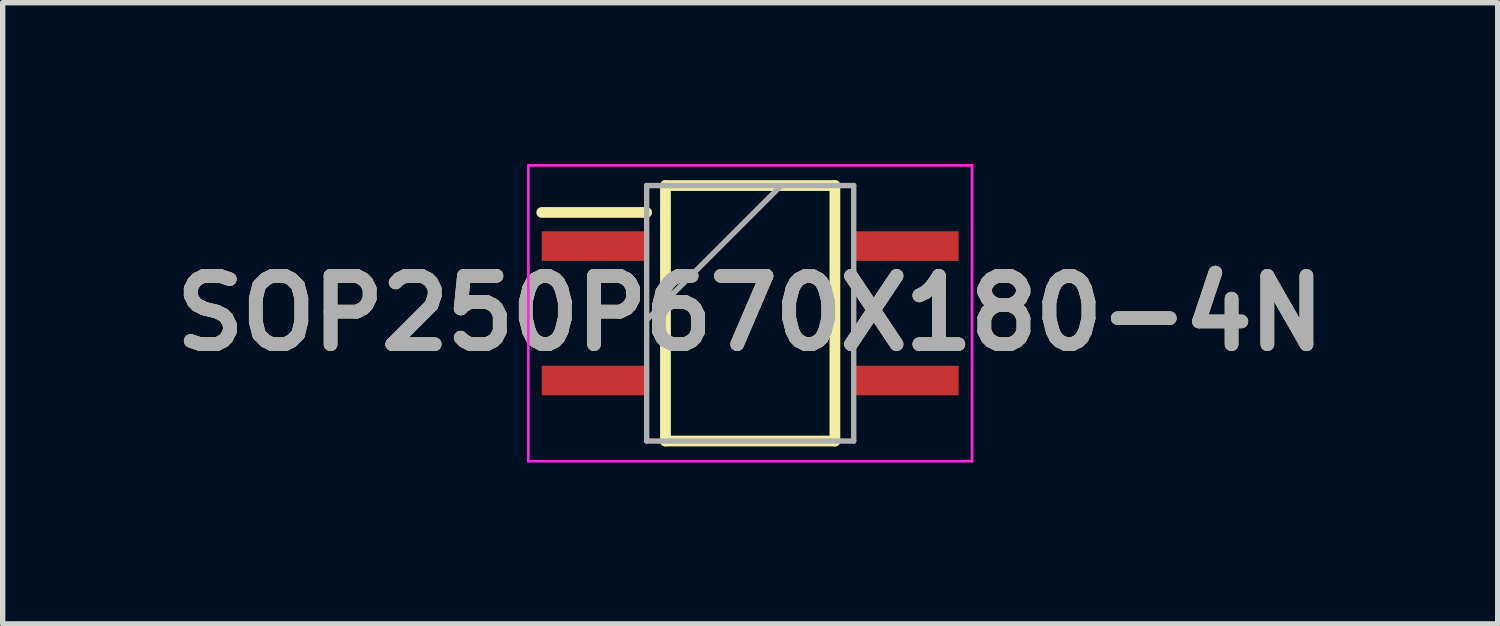
<source format=kicad_pcb>
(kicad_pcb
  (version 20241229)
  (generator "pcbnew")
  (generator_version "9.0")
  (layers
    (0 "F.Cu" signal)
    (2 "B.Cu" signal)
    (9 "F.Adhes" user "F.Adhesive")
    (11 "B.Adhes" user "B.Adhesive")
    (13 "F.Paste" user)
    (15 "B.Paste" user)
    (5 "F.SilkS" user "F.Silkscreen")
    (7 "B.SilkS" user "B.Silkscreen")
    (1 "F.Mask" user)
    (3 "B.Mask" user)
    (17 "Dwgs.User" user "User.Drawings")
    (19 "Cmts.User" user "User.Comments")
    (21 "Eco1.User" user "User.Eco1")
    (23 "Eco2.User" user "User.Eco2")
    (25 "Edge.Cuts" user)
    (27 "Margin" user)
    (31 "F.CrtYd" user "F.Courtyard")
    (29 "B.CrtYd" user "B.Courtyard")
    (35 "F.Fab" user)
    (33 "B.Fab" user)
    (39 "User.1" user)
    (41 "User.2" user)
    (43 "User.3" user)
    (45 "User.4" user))
  (footprint "SOP250P670X180-4N"
    (layer "F.Cu")
    (at 10.898 2.775)
    (property "Reference" "SOP250P670X180-4N" (at 0 0 0) (layer "F.SilkS") (effects (font (size 1.27 1.27) (thickness 0.254))))
    (attr smd)
    (fp_line (start -3.875 -1.875) (end -1.925 -1.875) (stroke (width 0.2) (type solid)) (layer "F.SilkS"))
    (fp_line (start -1.575 -2.375) (end 1.575 -2.375) (stroke (width 0.2) (type solid)) (layer "F.SilkS"))
    (fp_line (start -1.575 2.375) (end -1.575 -2.375) (stroke (width 0.2) (type solid)) (layer "F.SilkS"))
    (fp_line (start 1.575 -2.375) (end 1.575 2.375) (stroke (width 0.2) (type solid)) (layer "F.SilkS"))
    (fp_line (start 1.575 2.375) (end -1.575 2.375) (stroke (width 0.2) (type solid)) (layer "F.SilkS"))
    (fp_line (start -4.125 -2.75) (end 4.125 -2.75) (stroke (width 0.05) (type solid)) (layer "F.CrtYd"))
    (fp_line (start -4.125 2.75) (end -4.125 -2.75) (stroke (width 0.05) (type solid)) (layer "F.CrtYd"))
    (fp_line (start 4.125 -2.75) (end 4.125 2.75) (stroke (width 0.05) (type solid)) (layer "F.CrtYd"))
    (fp_line (start 4.125 2.75) (end -4.125 2.75) (stroke (width 0.05) (type solid)) (layer "F.CrtYd"))
    (fp_line (start -1.925 -2.375) (end 1.925 -2.375) (stroke (width 0.1) (type solid)) (layer "F.Fab"))
    (fp_line (start -1.925 0.125) (end 0.575 -2.375) (stroke (width 0.1) (type solid)) (layer "F.Fab"))
    (fp_line (start -1.925 2.375) (end -1.925 -2.375) (stroke (width 0.1) (type solid)) (layer "F.Fab"))
    (fp_line (start 1.925 -2.375) (end 1.925 2.375) (stroke (width 0.1) (type solid)) (layer "F.Fab"))
    (fp_line (start 1.925 2.375) (end -1.925 2.375) (stroke (width 0.1) (type solid)) (layer "F.Fab"))
    (fp_text user "${REFERENCE}" (at 0 0 0) (layer "F.Fab") (effects (font (size 1.27 1.27) (thickness 0.254))))
    (pad "1" smd rect (at -2.9 -1.25 90) (size 0.55 1.95) (layers "F.Cu" "F.Mask" "F.Paste"))
    (pad "2" smd rect (at -2.9 1.25 90) (size 0.55 1.95) (layers "F.Cu" "F.Mask" "F.Paste"))
    (pad "3" smd rect (at 2.9 1.25 90) (size 0.55 1.95) (layers "F.Cu" "F.Mask" "F.Paste"))
    (pad "4" smd rect (at 2.9 -1.25 90) (size 0.55 1.95) (layers "F.Cu" "F.Mask" "F.Paste")))
  (gr_rect
    (start -3 -3)
    (end 24.796 8.55)
    (stroke (width 0.1) (type default))
    (fill no)
    (layer "Edge.Cuts")))
</source>
